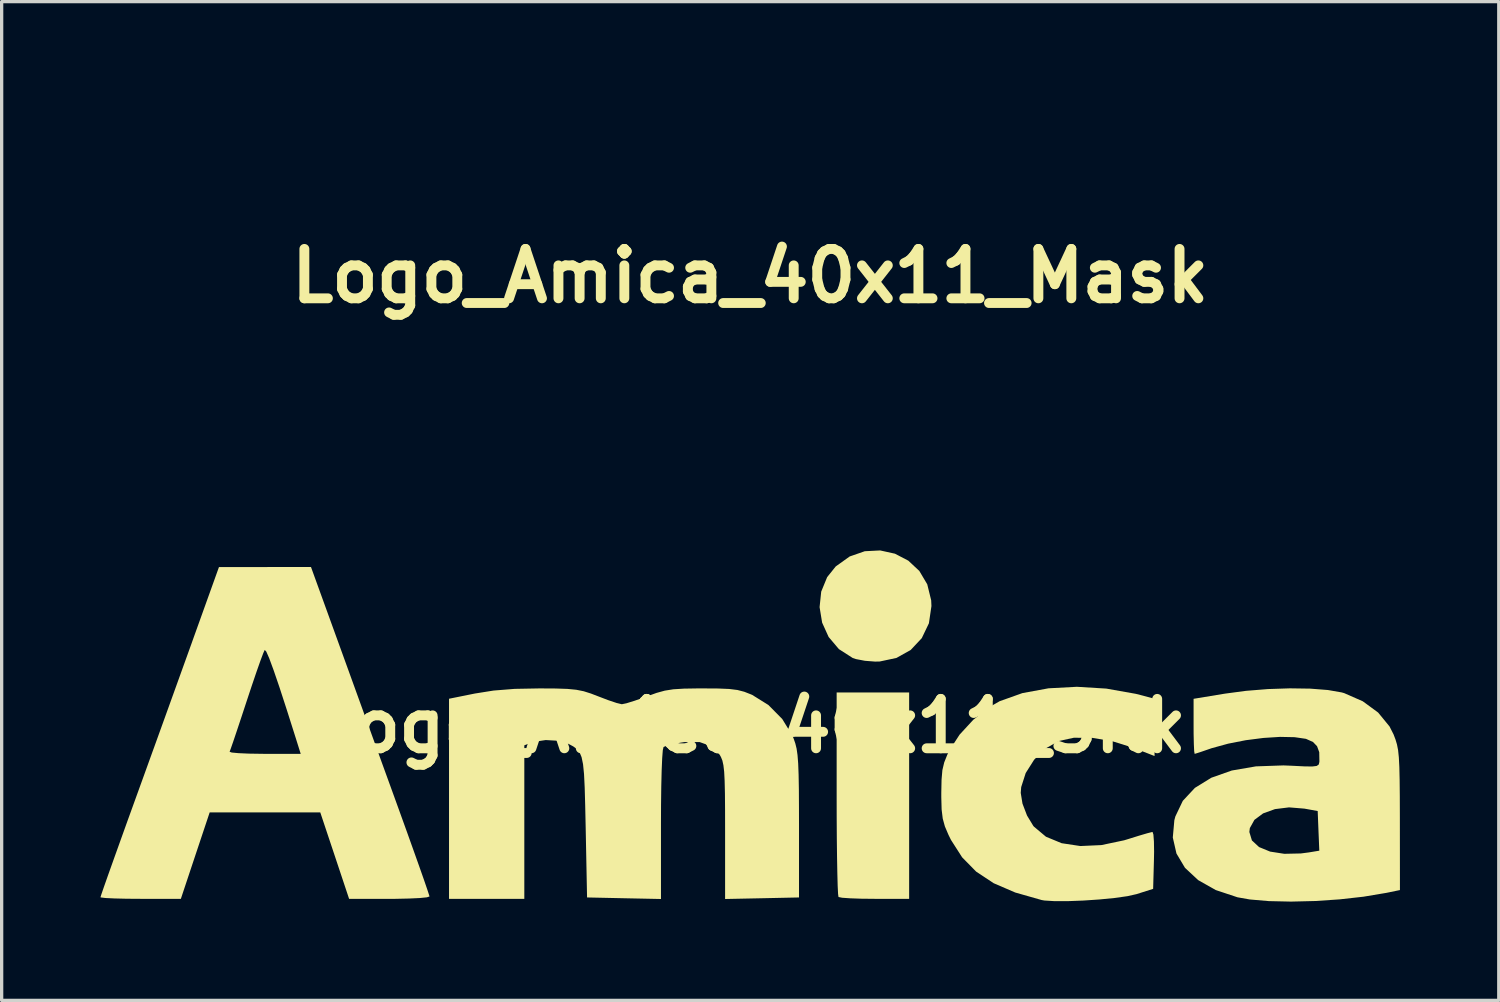
<source format=kicad_pcb>
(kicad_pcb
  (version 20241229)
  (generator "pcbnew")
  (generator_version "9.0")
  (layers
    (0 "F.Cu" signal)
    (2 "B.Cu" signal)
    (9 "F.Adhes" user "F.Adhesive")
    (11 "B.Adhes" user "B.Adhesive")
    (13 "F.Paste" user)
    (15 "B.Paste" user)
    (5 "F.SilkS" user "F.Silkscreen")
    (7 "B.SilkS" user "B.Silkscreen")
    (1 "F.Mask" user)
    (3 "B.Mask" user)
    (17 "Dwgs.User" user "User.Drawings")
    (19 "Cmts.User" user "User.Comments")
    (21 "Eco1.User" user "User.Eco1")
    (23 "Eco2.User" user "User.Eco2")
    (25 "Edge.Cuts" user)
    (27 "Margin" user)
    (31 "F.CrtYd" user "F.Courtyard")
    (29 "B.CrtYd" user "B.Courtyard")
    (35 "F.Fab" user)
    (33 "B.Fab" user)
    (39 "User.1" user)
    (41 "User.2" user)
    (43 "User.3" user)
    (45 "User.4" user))
  (footprint "Logo_Amica_40x11_Silk"
    (layer "F.Cu")
    (at 19.727 18.991)
    (property "Reference" "Logo_Amica_40x11_Silk" (at 0 0 0) (layer "F.SilkS") (effects (font (size 1.5 1.5) (thickness 0.3))))
    (attr board_only exclude_from_pos_files exclude_from_bom)
    (fp_poly (pts (xy 4.826 2.117) (xy 4.826 5.249) (xy 3.782 5.249) (xy 3.377 5.245) (xy 3.036 5.233) (xy 2.793 5.216) (xy 2.683 5.194) (xy 2.681 5.193) (xy 2.668 5.098) (xy 2.656 4.853) (xy 2.646 4.478) (xy 2.637 3.99) (xy 2.63 3.411) (xy 2.626 2.759) (xy 2.625 2.06) (xy 2.625 -1.016) (xy 3.725 -1.016) (xy 4.826 -1.016)) (stroke (width 0) (type solid)) (fill yes) (layer "F.SilkS"))
    (fp_poly (pts (xy 4.395 -5.23) (xy 4.8 -5.019) (xy 5.136 -4.705) (xy 5.376 -4.3) (xy 5.495 -3.815) (xy 5.503 -3.641) (xy 5.426 -3.117) (xy 5.209 -2.665) (xy 4.874 -2.308) (xy 4.441 -2.065) (xy 3.933 -1.957) (xy 3.792 -1.954) (xy 3.485 -1.978) (xy 3.212 -2.03) (xy 3.113 -2.063) (xy 2.693 -2.333) (xy 2.381 -2.702) (xy 2.184 -3.137) (xy 2.107 -3.607) (xy 2.156 -4.078) (xy 2.337 -4.519) (xy 2.597 -4.843) (xy 3.021 -5.146) (xy 3.479 -5.305) (xy 3.946 -5.329)) (stroke (width 0) (type solid)) (fill yes) (layer "F.SilkS"))
    (fp_poly (pts (xy 10.814 -1.134) (xy 11.709 -0.975) (xy 11.917 -0.922) (xy 12.277 -0.825) (xy 12.277 0.044) (xy 12.277 0.913) (xy 11.626 0.661) (xy 10.993 0.463) (xy 10.381 0.361) (xy 9.826 0.358) (xy 9.365 0.458) (xy 9.363 0.459) (xy 8.964 0.687) (xy 8.621 1.025) (xy 8.365 1.429) (xy 8.228 1.856) (xy 8.214 2.032) (xy 8.267 2.358) (xy 8.405 2.72) (xy 8.594 3.032) (xy 8.615 3.057) (xy 8.98 3.363) (xy 9.456 3.56) (xy 10.024 3.646) (xy 10.663 3.617) (xy 11.352 3.472) (xy 11.49 3.43) (xy 11.804 3.332) (xy 12.055 3.258) (xy 12.2 3.221) (xy 12.216 3.218) (xy 12.242 3.297) (xy 12.258 3.509) (xy 12.263 3.819) (xy 12.258 4.082) (xy 12.234 4.946) (xy 11.726 5.107) (xy 11.454 5.168) (xy 11.065 5.223) (xy 10.605 5.268) (xy 10.117 5.301) (xy 9.647 5.319) (xy 9.237 5.319) (xy 8.932 5.3) (xy 8.848 5.285) (xy 8.047 5.057) (xy 7.391 4.774) (xy 6.86 4.422) (xy 6.435 3.989) (xy 6.096 3.46) (xy 6.02 3.306) (xy 5.911 3.05) (xy 5.846 2.813) (xy 5.812 2.536) (xy 5.802 2.163) (xy 5.802 2.032) (xy 5.81 1.631) (xy 5.835 1.342) (xy 5.89 1.109) (xy 5.984 0.874) (xy 6.053 0.733) (xy 6.358 0.263) (xy 6.773 -0.187) (xy 7.244 -0.563) (xy 7.573 -0.751) (xy 8.263 -0.997) (xy 9.057 -1.143) (xy 9.919 -1.189)) (stroke (width 0) (type solid)) (fill yes) (layer "F.SilkS"))
    (fp_poly (pts (xy -12.453 -2.392) (xy -12.177 -1.63) (xy -11.863 -0.762) (xy -11.529 0.159) (xy -11.196 1.08) (xy -10.881 1.947) (xy -10.654 2.574) (xy -10.43 3.195) (xy -10.226 3.765) (xy -10.048 4.265) (xy -9.904 4.674) (xy -9.801 4.975) (xy -9.745 5.146) (xy -9.737 5.178) (xy -9.816 5.203) (xy -10.036 5.225) (xy -10.364 5.24) (xy -10.773 5.249) (xy -10.957 5.249) (xy -12.178 5.249) (xy -12.615 3.937) (xy -13.053 2.625) (xy -14.732 2.625) (xy -16.411 2.625) (xy -16.849 3.937) (xy -17.286 5.249) (xy -18.507 5.249) (xy -18.939 5.246) (xy -19.305 5.237) (xy -19.573 5.224) (xy -19.713 5.207) (xy -19.727 5.2) (xy -19.699 5.112) (xy -19.62 4.882) (xy -19.496 4.53) (xy -19.333 4.073) (xy -19.138 3.529) (xy -18.918 2.916) (xy -18.68 2.258) (xy -18.396 1.473) (xy -18.147 0.783) (xy -15.806 0.783) (xy -15.741 0.807) (xy -15.536 0.826) (xy -15.223 0.84) (xy -14.83 0.846) (xy -14.745 0.847) (xy -13.647 0.847) (xy -13.8 0.36) (xy -14.068 -0.485) (xy -14.29 -1.168) (xy -14.469 -1.691) (xy -14.603 -2.054) (xy -14.693 -2.259) (xy -14.74 -2.308) (xy -14.784 -2.21) (xy -14.871 -1.978) (xy -14.991 -1.638) (xy -15.134 -1.217) (xy -15.285 -0.762) (xy -15.441 -0.288) (xy -15.58 0.13) (xy -15.693 0.466) (xy -15.772 0.693) (xy -15.806 0.783) (xy -18.147 0.783) (xy -18.092 0.632) (xy -17.783 -0.224) (xy -17.483 -1.057) (xy -17.206 -1.826) (xy -16.966 -2.492) (xy -16.881 -2.73) (xy -16.129 -4.824) (xy -14.732 -4.825) (xy -13.335 -4.826)) (stroke (width 0) (type solid)) (fill yes) (layer "F.SilkS"))
    (fp_poly (pts (xy 17.004 -1.133) (xy 17.541 -1.091) (xy 17.959 -1.018) (xy 18.034 -0.997) (xy 18.597 -0.75) (xy 19.066 -0.406) (xy 19.411 0.015) (xy 19.534 0.257) (xy 19.592 0.41) (xy 19.637 0.561) (xy 19.671 0.734) (xy 19.694 0.955) (xy 19.709 1.246) (xy 19.718 1.632) (xy 19.723 2.137) (xy 19.725 2.785) (xy 19.725 2.851) (xy 19.727 4.983) (xy 19.283 5.073) (xy 18.621 5.184) (xy 17.897 5.265) (xy 17.151 5.315) (xy 16.421 5.333) (xy 15.748 5.318) (xy 15.168 5.268) (xy 14.795 5.202) (xy 14.136 4.983) (xy 13.602 4.681) (xy 13.201 4.308) (xy 12.942 3.873) (xy 12.831 3.387) (xy 12.846 3.219) (xy 15.155 3.219) (xy 15.233 3.476) (xy 15.45 3.677) (xy 15.786 3.815) (xy 16.217 3.882) (xy 16.72 3.871) (xy 16.958 3.84) (xy 17.279 3.787) (xy 17.254 3.185) (xy 17.23 2.583) (xy 16.826 2.51) (xy 16.36 2.472) (xy 15.933 2.525) (xy 15.573 2.655) (xy 15.309 2.851) (xy 15.17 3.101) (xy 15.155 3.219) (xy 12.846 3.219) (xy 12.878 2.861) (xy 12.909 2.746) (xy 13.135 2.273) (xy 13.502 1.88) (xy 14.001 1.572) (xy 14.622 1.353) (xy 15.355 1.227) (xy 16.191 1.198) (xy 16.441 1.208) (xy 16.821 1.227) (xy 17.064 1.231) (xy 17.2 1.214) (xy 17.262 1.171) (xy 17.28 1.097) (xy 17.282 1.072) (xy 17.277 0.796) (xy 17.211 0.616) (xy 17.088 0.487) (xy 16.873 0.391) (xy 16.529 0.341) (xy 16.087 0.332) (xy 15.582 0.364) (xy 15.045 0.433) (xy 14.511 0.538) (xy 14.012 0.675) (xy 13.896 0.715) (xy 13.67 0.793) (xy 13.521 0.84) (xy 13.494 0.847) (xy 13.48 0.768) (xy 13.47 0.556) (xy 13.463 0.247) (xy 13.462 0.011) (xy 13.462 -0.824) (xy 14.415 -0.981) (xy 15.052 -1.066) (xy 15.722 -1.12) (xy 16.385 -1.142)) (stroke (width 0) (type solid)) (fill yes) (layer "F.SilkS"))
    (fp_poly (pts (xy -0.975 -1.137) (xy -0.639 -1.123) (xy -0.387 -1.092) (xy -0.179 -1.038) (xy 0.027 -0.957) (xy 0.062 -0.942) (xy 0.553 -0.636) (xy 0.973 -0.211) (xy 1.278 0.286) (xy 1.32 0.386) (xy 1.37 0.53) (xy 1.409 0.689) (xy 1.437 0.885) (xy 1.457 1.142) (xy 1.47 1.482) (xy 1.478 1.928) (xy 1.481 2.505) (xy 1.482 3.006) (xy 1.482 5.207) (xy 0.36 5.231) (xy -0.762 5.254) (xy -0.762 3.199) (xy -0.763 2.549) (xy -0.767 2.047) (xy -0.776 1.668) (xy -0.79 1.392) (xy -0.813 1.194) (xy -0.844 1.052) (xy -0.887 0.945) (xy -0.927 0.873) (xy -1.177 0.618) (xy -1.535 0.489) (xy -1.993 0.489) (xy -2.133 0.511) (xy -2.391 0.566) (xy -2.58 0.618) (xy -2.631 0.639) (xy -2.653 0.734) (xy -2.672 0.979) (xy -2.688 1.354) (xy -2.7 1.838) (xy -2.707 2.412) (xy -2.709 2.971) (xy -2.709 5.254) (xy -3.831 5.231) (xy -4.953 5.207) (xy -4.995 3.082) (xy -5.01 2.4) (xy -5.025 1.867) (xy -5.045 1.461) (xy -5.075 1.162) (xy -5.119 0.949) (xy -5.18 0.802) (xy -5.264 0.699) (xy -5.374 0.62) (xy -5.514 0.545) (xy -5.828 0.45) (xy -6.208 0.428) (xy -6.568 0.482) (xy -6.641 0.506) (xy -6.858 0.588) (xy -6.858 2.919) (xy -6.858 5.249) (xy -8.001 5.249) (xy -9.144 5.249) (xy -9.144 2.212) (xy -9.144 -0.826) (xy -8.361 -0.984) (xy -7.79 -1.075) (xy -7.149 -1.126) (xy -6.392 -1.14) (xy -5.908 -1.137) (xy -5.551 -1.125) (xy -5.281 -1.099) (xy -5.056 -1.054) (xy -4.835 -0.984) (xy -4.614 -0.899) (xy -4.31 -0.783) (xy -4.057 -0.698) (xy -3.904 -0.661) (xy -3.895 -0.66) (xy -3.759 -0.688) (xy -3.513 -0.764) (xy -3.206 -0.872) (xy -3.133 -0.899) (xy -2.844 -1.003) (xy -2.594 -1.072) (xy -2.334 -1.113) (xy -2.017 -1.133) (xy -1.593 -1.14) (xy -1.439 -1.14)) (stroke (width 0) (type solid)) (fill yes) (layer "F.SilkS")))
  (footprint "Logo_Amica_40x11_Mask"
    (layer "F.Cu")
    (at 19.727 5.329)
    (property "Reference" "Logo_Amica_40x11_Mask" (at 0 0 0) (layer "F.SilkS") (effects (font (size 1.5 1.5) (thickness 0.3))))
    (attr board_only exclude_from_pos_files exclude_from_bom)
    (fp_poly (pts (xy 4.826 2.117) (xy 4.826 5.249) (xy 3.782 5.249) (xy 3.377 5.245) (xy 3.036 5.233) (xy 2.793 5.216) (xy 2.683 5.194) (xy 2.681 5.193) (xy 2.668 5.098) (xy 2.656 4.853) (xy 2.646 4.478) (xy 2.637 3.99) (xy 2.63 3.411) (xy 2.626 2.759) (xy 2.625 2.06) (xy 2.625 -1.016) (xy 3.725 -1.016) (xy 4.826 -1.016)) (stroke (width 0) (type solid)) (fill yes) (layer "F.Mask"))
    (fp_poly (pts (xy 4.395 -5.23) (xy 4.8 -5.019) (xy 5.136 -4.705) (xy 5.376 -4.3) (xy 5.495 -3.815) (xy 5.503 -3.641) (xy 5.426 -3.117) (xy 5.209 -2.665) (xy 4.874 -2.308) (xy 4.441 -2.065) (xy 3.933 -1.957) (xy 3.792 -1.954) (xy 3.485 -1.978) (xy 3.212 -2.03) (xy 3.113 -2.063) (xy 2.693 -2.333) (xy 2.381 -2.702) (xy 2.184 -3.137) (xy 2.107 -3.607) (xy 2.156 -4.078) (xy 2.337 -4.519) (xy 2.597 -4.843) (xy 3.021 -5.146) (xy 3.479 -5.305) (xy 3.946 -5.329)) (stroke (width 0) (type solid)) (fill yes) (layer "F.Mask"))
    (fp_poly (pts (xy 10.814 -1.134) (xy 11.709 -0.975) (xy 11.917 -0.922) (xy 12.277 -0.825) (xy 12.277 0.044) (xy 12.277 0.913) (xy 11.626 0.661) (xy 10.993 0.463) (xy 10.381 0.361) (xy 9.826 0.358) (xy 9.365 0.458) (xy 9.363 0.459) (xy 8.964 0.687) (xy 8.621 1.025) (xy 8.365 1.429) (xy 8.228 1.856) (xy 8.214 2.032) (xy 8.267 2.358) (xy 8.405 2.72) (xy 8.594 3.032) (xy 8.615 3.057) (xy 8.98 3.363) (xy 9.456 3.56) (xy 10.024 3.646) (xy 10.663 3.617) (xy 11.352 3.472) (xy 11.49 3.43) (xy 11.804 3.332) (xy 12.055 3.258) (xy 12.2 3.221) (xy 12.216 3.218) (xy 12.242 3.297) (xy 12.258 3.509) (xy 12.263 3.819) (xy 12.258 4.082) (xy 12.234 4.946) (xy 11.726 5.107) (xy 11.454 5.168) (xy 11.065 5.223) (xy 10.605 5.268) (xy 10.117 5.301) (xy 9.647 5.319) (xy 9.237 5.319) (xy 8.932 5.3) (xy 8.848 5.285) (xy 8.047 5.057) (xy 7.391 4.774) (xy 6.86 4.422) (xy 6.435 3.989) (xy 6.096 3.46) (xy 6.02 3.306) (xy 5.911 3.05) (xy 5.846 2.813) (xy 5.812 2.536) (xy 5.802 2.163) (xy 5.802 2.032) (xy 5.81 1.631) (xy 5.835 1.342) (xy 5.89 1.109) (xy 5.984 0.874) (xy 6.053 0.733) (xy 6.358 0.263) (xy 6.773 -0.187) (xy 7.244 -0.563) (xy 7.573 -0.751) (xy 8.263 -0.997) (xy 9.057 -1.143) (xy 9.919 -1.189)) (stroke (width 0) (type solid)) (fill yes) (layer "F.Mask"))
    (fp_poly (pts (xy -12.453 -2.392) (xy -12.177 -1.63) (xy -11.863 -0.762) (xy -11.529 0.159) (xy -11.196 1.08) (xy -10.881 1.947) (xy -10.654 2.574) (xy -10.43 3.195) (xy -10.226 3.765) (xy -10.048 4.265) (xy -9.904 4.674) (xy -9.801 4.975) (xy -9.745 5.146) (xy -9.737 5.178) (xy -9.816 5.203) (xy -10.036 5.225) (xy -10.364 5.24) (xy -10.773 5.249) (xy -10.957 5.249) (xy -12.178 5.249) (xy -12.615 3.937) (xy -13.053 2.625) (xy -14.732 2.625) (xy -16.411 2.625) (xy -16.849 3.937) (xy -17.286 5.249) (xy -18.507 5.249) (xy -18.939 5.246) (xy -19.305 5.237) (xy -19.573 5.224) (xy -19.713 5.207) (xy -19.727 5.2) (xy -19.699 5.112) (xy -19.62 4.882) (xy -19.496 4.53) (xy -19.333 4.073) (xy -19.138 3.529) (xy -18.918 2.916) (xy -18.68 2.258) (xy -18.396 1.473) (xy -18.147 0.783) (xy -15.806 0.783) (xy -15.741 0.807) (xy -15.536 0.826) (xy -15.223 0.84) (xy -14.83 0.846) (xy -14.745 0.847) (xy -13.647 0.847) (xy -13.8 0.36) (xy -14.068 -0.485) (xy -14.29 -1.168) (xy -14.469 -1.691) (xy -14.603 -2.054) (xy -14.693 -2.259) (xy -14.74 -2.308) (xy -14.784 -2.21) (xy -14.871 -1.978) (xy -14.991 -1.638) (xy -15.134 -1.217) (xy -15.285 -0.762) (xy -15.441 -0.288) (xy -15.58 0.13) (xy -15.693 0.466) (xy -15.772 0.693) (xy -15.806 0.783) (xy -18.147 0.783) (xy -18.092 0.632) (xy -17.783 -0.224) (xy -17.483 -1.057) (xy -17.206 -1.826) (xy -16.966 -2.492) (xy -16.881 -2.73) (xy -16.129 -4.824) (xy -14.732 -4.825) (xy -13.335 -4.826)) (stroke (width 0) (type solid)) (fill yes) (layer "F.Mask"))
    (fp_poly (pts (xy 17.004 -1.133) (xy 17.541 -1.091) (xy 17.959 -1.018) (xy 18.034 -0.997) (xy 18.597 -0.75) (xy 19.066 -0.406) (xy 19.411 0.015) (xy 19.534 0.257) (xy 19.592 0.41) (xy 19.637 0.561) (xy 19.671 0.734) (xy 19.694 0.955) (xy 19.709 1.246) (xy 19.718 1.632) (xy 19.723 2.137) (xy 19.725 2.785) (xy 19.725 2.851) (xy 19.727 4.983) (xy 19.283 5.073) (xy 18.621 5.184) (xy 17.897 5.265) (xy 17.151 5.315) (xy 16.421 5.333) (xy 15.748 5.318) (xy 15.168 5.268) (xy 14.795 5.202) (xy 14.136 4.983) (xy 13.602 4.681) (xy 13.201 4.308) (xy 12.942 3.873) (xy 12.831 3.387) (xy 12.846 3.219) (xy 15.155 3.219) (xy 15.233 3.476) (xy 15.45 3.677) (xy 15.786 3.815) (xy 16.217 3.882) (xy 16.72 3.871) (xy 16.958 3.84) (xy 17.279 3.787) (xy 17.254 3.185) (xy 17.23 2.583) (xy 16.826 2.51) (xy 16.36 2.472) (xy 15.933 2.525) (xy 15.573 2.655) (xy 15.309 2.851) (xy 15.17 3.101) (xy 15.155 3.219) (xy 12.846 3.219) (xy 12.878 2.861) (xy 12.909 2.746) (xy 13.135 2.273) (xy 13.502 1.88) (xy 14.001 1.572) (xy 14.622 1.353) (xy 15.355 1.227) (xy 16.191 1.198) (xy 16.441 1.208) (xy 16.821 1.227) (xy 17.064 1.231) (xy 17.2 1.214) (xy 17.262 1.171) (xy 17.28 1.097) (xy 17.282 1.072) (xy 17.277 0.796) (xy 17.211 0.616) (xy 17.088 0.487) (xy 16.873 0.391) (xy 16.529 0.341) (xy 16.087 0.332) (xy 15.582 0.364) (xy 15.045 0.433) (xy 14.511 0.538) (xy 14.012 0.675) (xy 13.896 0.715) (xy 13.67 0.793) (xy 13.521 0.84) (xy 13.494 0.847) (xy 13.48 0.768) (xy 13.47 0.556) (xy 13.463 0.247) (xy 13.462 0.011) (xy 13.462 -0.824) (xy 14.415 -0.981) (xy 15.052 -1.066) (xy 15.722 -1.12) (xy 16.385 -1.142)) (stroke (width 0) (type solid)) (fill yes) (layer "F.Mask"))
    (fp_poly (pts (xy -0.975 -1.137) (xy -0.639 -1.123) (xy -0.387 -1.092) (xy -0.179 -1.038) (xy 0.027 -0.957) (xy 0.062 -0.942) (xy 0.553 -0.636) (xy 0.973 -0.211) (xy 1.278 0.286) (xy 1.32 0.386) (xy 1.37 0.53) (xy 1.409 0.689) (xy 1.437 0.885) (xy 1.457 1.142) (xy 1.47 1.482) (xy 1.478 1.928) (xy 1.481 2.505) (xy 1.482 3.006) (xy 1.482 5.207) (xy 0.36 5.231) (xy -0.762 5.254) (xy -0.762 3.199) (xy -0.763 2.549) (xy -0.767 2.047) (xy -0.776 1.668) (xy -0.79 1.392) (xy -0.813 1.194) (xy -0.844 1.052) (xy -0.887 0.945) (xy -0.927 0.873) (xy -1.177 0.618) (xy -1.535 0.489) (xy -1.993 0.489) (xy -2.133 0.511) (xy -2.391 0.566) (xy -2.58 0.618) (xy -2.631 0.639) (xy -2.653 0.734) (xy -2.672 0.979) (xy -2.688 1.354) (xy -2.7 1.838) (xy -2.707 2.412) (xy -2.709 2.971) (xy -2.709 5.254) (xy -3.831 5.231) (xy -4.953 5.207) (xy -4.995 3.082) (xy -5.01 2.4) (xy -5.025 1.867) (xy -5.045 1.461) (xy -5.075 1.162) (xy -5.119 0.949) (xy -5.18 0.802) (xy -5.264 0.699) (xy -5.374 0.62) (xy -5.514 0.545) (xy -5.828 0.45) (xy -6.208 0.428) (xy -6.568 0.482) (xy -6.641 0.506) (xy -6.858 0.588) (xy -6.858 2.919) (xy -6.858 5.249) (xy -8.001 5.249) (xy -9.144 5.249) (xy -9.144 2.212) (xy -9.144 -0.826) (xy -8.361 -0.984) (xy -7.79 -1.075) (xy -7.149 -1.126) (xy -6.392 -1.14) (xy -5.908 -1.137) (xy -5.551 -1.125) (xy -5.281 -1.099) (xy -5.056 -1.054) (xy -4.835 -0.984) (xy -4.614 -0.899) (xy -4.31 -0.783) (xy -4.057 -0.698) (xy -3.904 -0.661) (xy -3.895 -0.66) (xy -3.759 -0.688) (xy -3.513 -0.764) (xy -3.206 -0.872) (xy -3.133 -0.899) (xy -2.844 -1.003) (xy -2.594 -1.072) (xy -2.334 -1.113) (xy -2.017 -1.133) (xy -1.593 -1.14) (xy -1.439 -1.14)) (stroke (width 0) (type solid)) (fill yes) (layer "F.Mask")))
  (gr_rect
    (start -3 -3)
    (end 42.455 27.324)
    (stroke (width 0.1) (type default))
    (fill no)
    (layer "Edge.Cuts")))
</source>
